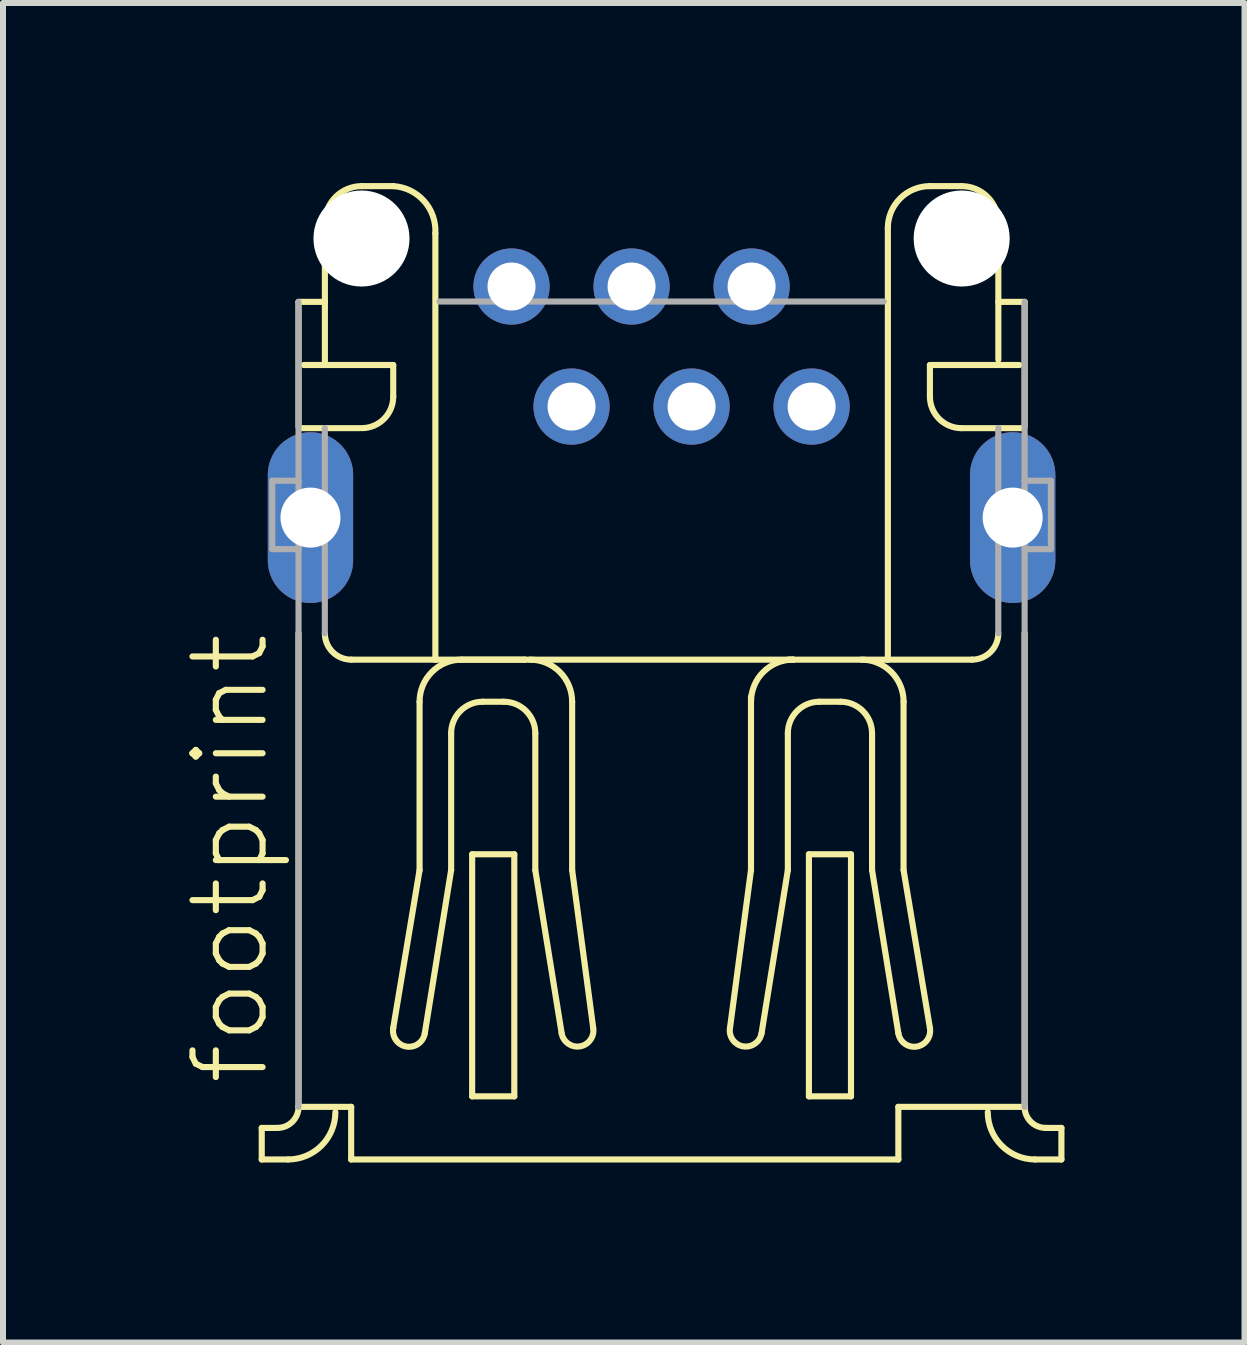
<source format=kicad_pcb>
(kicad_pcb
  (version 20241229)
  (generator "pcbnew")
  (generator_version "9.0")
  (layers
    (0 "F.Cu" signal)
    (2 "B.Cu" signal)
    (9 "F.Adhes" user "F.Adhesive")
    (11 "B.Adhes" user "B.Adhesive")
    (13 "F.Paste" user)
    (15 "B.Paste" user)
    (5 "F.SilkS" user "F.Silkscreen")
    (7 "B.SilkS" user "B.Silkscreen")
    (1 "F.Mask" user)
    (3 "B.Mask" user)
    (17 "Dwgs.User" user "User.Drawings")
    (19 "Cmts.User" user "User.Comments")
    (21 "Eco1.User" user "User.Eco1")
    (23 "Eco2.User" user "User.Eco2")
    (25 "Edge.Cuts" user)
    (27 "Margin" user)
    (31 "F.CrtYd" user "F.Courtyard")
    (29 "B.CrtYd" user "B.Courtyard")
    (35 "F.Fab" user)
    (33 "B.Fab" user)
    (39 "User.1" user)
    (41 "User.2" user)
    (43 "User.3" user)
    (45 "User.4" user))
  (footprint "footprint"
    (layer "F.Cu")
    (at 7.973 5.574)
    (property "Reference" "footprint" (at -6.5 9.5 90) (layer "F.SilkS") (effects (font (size 1.168 1.168) (thickness 0.102)) (justify left bottom)))
    (fp_line (start -6.662 10.169) (end -6.399 10.169) (stroke (width 0.102) (type solid)) (layer "F.SilkS"))
    (fp_line (start -6.662 10.695) (end -6.662 10.169) (stroke (width 0.102) (type solid)) (layer "F.SilkS"))
    (fp_line (start -6.662 10.695) (end -6.224 10.695) (stroke (width 0.102) (type solid)) (layer "F.SilkS"))
    (fp_line (start -6.049 -3.594) (end -5.61 -3.594) (stroke (width 0.102) (type solid)) (layer "F.SilkS"))
    (fp_line (start -6.049 -1.514) (end -6.049 -3.594) (stroke (width 0.102) (type solid)) (layer "F.SilkS"))
    (fp_line (start -6.049 9.818) (end -6.049 1.926) (stroke (width 0.102) (type solid)) (layer "F.SilkS"))
    (fp_line (start -6.011 -1.49) (end -5.034 -1.49) (stroke (width 0.102) (type solid)) (layer "F.SilkS"))
    (fp_line (start -5.61 -3.594) (end -5.61 -4.909) (stroke (width 0.102) (type solid)) (layer "F.SilkS"))
    (fp_line (start -5.61 -3.594) (end -5.61 -2.542) (stroke (width 0.102) (type solid)) (layer "F.SilkS"))
    (fp_line (start -5.172 9.818) (end -6.049 9.818) (stroke (width 0.102) (type solid)) (layer "F.SilkS"))
    (fp_line (start -5.172 9.818) (end -5.172 10.695) (stroke (width 0.102) (type solid)) (layer "F.SilkS"))
    (fp_line (start -5.172 10.695) (end 3.945 10.695) (stroke (width 0.102) (type solid)) (layer "F.SilkS"))
    (fp_line (start -4.997 -5.523) (end -4.471 -5.523) (stroke (width 0.102) (type solid)) (layer "F.SilkS"))
    (fp_line (start -4.471 -2.542) (end -5.961 -2.542) (stroke (width 0.102) (type solid)) (layer "F.SilkS"))
    (fp_line (start -4.471 -2.016) (end -4.471 -2.542) (stroke (width 0.102) (type solid)) (layer "F.SilkS"))
    (fp_line (start -4.471 8.503) (end -4.032 5.873) (stroke (width 0.102) (type solid)) (layer "F.SilkS"))
    (fp_line (start -4.032 5.873) (end -4.032 3.068) (stroke (width 0.102) (type solid)) (layer "F.SilkS"))
    (fp_line (start -3.769 -4.734) (end -3.769 2.367) (stroke (width 0.102) (type solid)) (layer "F.SilkS"))
    (fp_line (start -3.769 2.367) (end -5.172 2.367) (stroke (width 0.102) (type solid)) (layer "F.SilkS"))
    (fp_line (start -3.769 2.367) (end -2.279 2.367) (stroke (width 0.102) (type solid)) (layer "F.SilkS"))
    (fp_line (start -3.506 5.873) (end -3.945 8.591) (stroke (width 0.102) (type solid)) (layer "F.SilkS"))
    (fp_line (start -3.506 5.873) (end -3.506 3.594) (stroke (width 0.102) (type solid)) (layer "F.SilkS"))
    (fp_line (start -3.331 2.367) (end -2.279 2.367) (stroke (width 0.102) (type solid)) (layer "F.SilkS"))
    (fp_line (start -3.156 5.61) (end -3.156 9.643) (stroke (width 0.102) (type solid)) (layer "F.SilkS"))
    (fp_line (start -3.156 9.643) (end -2.454 9.643) (stroke (width 0.102) (type solid)) (layer "F.SilkS"))
    (fp_line (start -2.98 3.068) (end -2.63 3.068) (stroke (width 0.102) (type solid)) (layer "F.SilkS"))
    (fp_line (start -2.454 5.61) (end -3.156 5.61) (stroke (width 0.102) (type solid)) (layer "F.SilkS"))
    (fp_line (start -2.454 9.643) (end -2.454 5.61) (stroke (width 0.102) (type solid)) (layer "F.SilkS"))
    (fp_line (start -2.279 2.367) (end 2.192 2.367) (stroke (width 0.102) (type solid)) (layer "F.SilkS"))
    (fp_line (start -2.104 5.873) (end -2.104 3.594) (stroke (width 0.102) (type solid)) (layer "F.SilkS"))
    (fp_line (start -2.104 5.873) (end -1.665 8.591) (stroke (width 0.102) (type solid)) (layer "F.SilkS"))
    (fp_line (start -1.49 5.873) (end -1.49 3.068) (stroke (width 0.102) (type solid)) (layer "F.SilkS"))
    (fp_line (start -1.139 8.503) (end -1.49 5.873) (stroke (width 0.102) (type solid)) (layer "F.SilkS"))
    (fp_line (start 1.14 8.503) (end 1.49 5.873) (stroke (width 0.102) (type solid)) (layer "F.SilkS"))
    (fp_line (start 1.49 5.873) (end 1.49 2.981) (stroke (width 0.102) (type solid)) (layer "F.SilkS"))
    (fp_line (start 2.104 5.873) (end 1.666 8.591) (stroke (width 0.102) (type solid)) (layer "F.SilkS"))
    (fp_line (start 2.104 5.873) (end 2.104 3.594) (stroke (width 0.102) (type solid)) (layer "F.SilkS"))
    (fp_line (start 2.104 2.367) (end 2.192 2.367) (stroke (width 0.102) (type solid)) (layer "F.SilkS"))
    (fp_line (start 2.192 2.367) (end 3.77 2.367) (stroke (width 0.102) (type solid)) (layer "F.SilkS"))
    (fp_line (start 2.455 9.643) (end 2.455 5.61) (stroke (width 0.102) (type solid)) (layer "F.SilkS"))
    (fp_line (start 2.455 9.643) (end 3.156 9.643) (stroke (width 0.102) (type solid)) (layer "F.SilkS"))
    (fp_line (start 2.981 3.068) (end 2.63 3.068) (stroke (width 0.102) (type solid)) (layer "F.SilkS"))
    (fp_line (start 3.156 5.61) (end 3.156 9.643) (stroke (width 0.102) (type solid)) (layer "F.SilkS"))
    (fp_line (start 3.156 5.61) (end 2.455 5.61) (stroke (width 0.102) (type solid)) (layer "F.SilkS"))
    (fp_line (start 3.507 5.873) (end 3.507 3.594) (stroke (width 0.102) (type solid)) (layer "F.SilkS"))
    (fp_line (start 3.507 5.873) (end 3.945 8.591) (stroke (width 0.102) (type solid)) (layer "F.SilkS"))
    (fp_line (start 3.77 -4.822) (end 3.77 2.367) (stroke (width 0.102) (type solid)) (layer "F.SilkS"))
    (fp_line (start 3.77 2.367) (end 5.172 2.367) (stroke (width 0.102) (type solid)) (layer "F.SilkS"))
    (fp_line (start 3.945 9.818) (end 6.049 9.818) (stroke (width 0.102) (type solid)) (layer "F.SilkS"))
    (fp_line (start 3.945 10.695) (end 3.945 9.818) (stroke (width 0.102) (type solid)) (layer "F.SilkS"))
    (fp_line (start 4.032 5.873) (end 4.032 3.068) (stroke (width 0.102) (type solid)) (layer "F.SilkS"))
    (fp_line (start 4.471 8.503) (end 4.032 5.873) (stroke (width 0.102) (type solid)) (layer "F.SilkS"))
    (fp_line (start 4.471 -2.542) (end 5.961 -2.542) (stroke (width 0.102) (type solid)) (layer "F.SilkS"))
    (fp_line (start 4.471 -2.016) (end 4.471 -2.542) (stroke (width 0.102) (type solid)) (layer "F.SilkS"))
    (fp_line (start 4.997 -5.523) (end 4.471 -5.523) (stroke (width 0.102) (type solid)) (layer "F.SilkS"))
    (fp_line (start 5.611 -2.63) (end 5.611 -4.909) (stroke (width 0.102) (type solid)) (layer "F.SilkS"))
    (fp_line (start 6.011 -1.49) (end 4.997 -1.49) (stroke (width 0.102) (type solid)) (layer "F.SilkS"))
    (fp_line (start 6.049 -3.594) (end 5.611 -3.594) (stroke (width 0.102) (type solid)) (layer "F.SilkS"))
    (fp_line (start 6.049 -3.594) (end 6.049 -1.514) (stroke (width 0.102) (type solid)) (layer "F.SilkS"))
    (fp_line (start 6.049 1.926) (end 6.049 9.818) (stroke (width 0.102) (type solid)) (layer "F.SilkS"))
    (fp_line (start 6.224 10.695) (end 6.662 10.695) (stroke (width 0.102) (type solid)) (layer "F.SilkS"))
    (fp_line (start 6.662 10.169) (end 6.399 10.169) (stroke (width 0.102) (type solid)) (layer "F.SilkS"))
    (fp_line (start 6.662 10.695) (end 6.662 10.169) (stroke (width 0.102) (type solid)) (layer "F.SilkS"))
    (fp_arc (start -6.0486 9.8181) (mid -6.151288 10.066012) (end -6.3992 10.1687) (stroke (width 0.1016) (type solid)) (layer "F.SilkS"))
    (fp_arc (start -5.6103 -4.9091) (mid -5.430522 -5.343022) (end -4.9966 -5.5228) (stroke (width 0.1016) (type solid)) (layer "F.SilkS"))
    (fp_arc (start -5.4349 9.9057) (mid -5.665993 10.463607) (end -6.2239 10.6947) (stroke (width 0.1016) (type solid)) (layer "F.SilkS"))
    (fp_arc (start -5.1719 2.3668) (mid -5.481896 2.238396) (end -5.6103 1.9284) (stroke (width 0.1016) (type solid)) (layer "F.SilkS"))
    (fp_arc (start -4.4707 -5.5228) (mid -3.956663 -5.273594) (end -3.7694 -4.7339) (stroke (width 0.1016) (type solid)) (layer "F.SilkS"))
    (fp_arc (start -4.4707 -2.0162) (mid -4.624733 -1.644333) (end -4.9966 -1.4903) (stroke (width 0.1016) (type solid)) (layer "F.SilkS"))
    (fp_arc (start -4.0323 3.0681) (mid -3.826894 2.572206) (end -3.331 2.3668) (stroke (width 0.1016) (type solid)) (layer "F.SilkS"))
    (fp_arc (start -3.9447 8.5908) (mid -4.25165 8.811151) (end -4.470598 8.503198) (stroke (width 0.1016) (type solid)) (layer "F.SilkS"))
    (fp_arc (start -3.5064 3.5941) (mid -3.352338 3.222162) (end -2.9804 3.0681) (stroke (width 0.1016) (type solid)) (layer "F.SilkS"))
    (fp_arc (start -2.6298 3.0681) (mid -2.257862 3.222162) (end -2.1038 3.5941) (stroke (width 0.1016) (type solid)) (layer "F.SilkS"))
    (fp_arc (start -2.1915 2.3669) (mid -1.695606 2.572306) (end -1.4902 3.0682) (stroke (width 0.1016) (type solid)) (layer "F.SilkS"))
    (fp_arc (start -1.1395 8.5032) (mid -1.3585 8.811203) (end -1.6655 8.5908) (stroke (width 0.1016) (type solid)) (layer "F.SilkS"))
    (fp_arc (start 1.4903 3.0681) (mid 1.695706 2.572206) (end 2.1916 2.3668) (stroke (width 0.1016) (type solid)) (layer "F.SilkS"))
    (fp_arc (start 1.6657 8.5908) (mid 1.3587 8.811203) (end 1.1397 8.5032) (stroke (width 0.1016) (type solid)) (layer "F.SilkS"))
    (fp_arc (start 2.104 3.5941) (mid 2.258033 3.222233) (end 2.6299 3.0682) (stroke (width 0.1016) (type solid)) (layer "F.SilkS"))
    (fp_arc (start 2.9806 3.0681) (mid 3.352538 3.222162) (end 3.5066 3.5941) (stroke (width 0.1016) (type solid)) (layer "F.SilkS"))
    (fp_arc (start 3.3312 2.3668) (mid 3.827094 2.572206) (end 4.0325 3.0681) (stroke (width 0.1016) (type solid)) (layer "F.SilkS"))
    (fp_arc (start 3.769599 -4.821499) (mid 3.974947 -5.317452) (end 4.4709 -5.5228) (stroke (width 0.1016) (type solid)) (layer "F.SilkS"))
    (fp_arc (start 4.470798 8.503198) (mid 4.25185 8.811151) (end 3.9449 8.5908) (stroke (width 0.1016) (type solid)) (layer "F.SilkS"))
    (fp_arc (start 4.996798 -5.5228) (mid 5.43078 -5.343081) (end 5.6105 -4.9091) (stroke (width 0.1016) (type solid)) (layer "F.SilkS"))
    (fp_arc (start 4.9968 -1.4903) (mid 4.624933 -1.644333) (end 4.4709 -2.0162) (stroke (width 0.1016) (type solid)) (layer "F.SilkS"))
    (fp_arc (start 5.6105 1.9285) (mid 5.482125 2.238425) (end 5.1722 2.3668) (stroke (width 0.1016) (type solid)) (layer "F.SilkS"))
    (fp_arc (start 6.2241 10.6947) (mid 5.666193 10.463607) (end 5.4351 9.9057) (stroke (width 0.1016) (type solid)) (layer "F.SilkS"))
    (fp_arc (start 6.3994 10.1687) (mid 6.151488 10.066012) (end 6.0488 9.8181) (stroke (width 0.1016) (type solid)) (layer "F.SilkS"))
    (fp_line (start -6.487 -0.614) (end -6.049 -0.614) (stroke (width 0.102) (type solid)) (layer "F.Fab"))
    (fp_line (start -6.487 0.526) (end -6.487 -0.614) (stroke (width 0.102) (type solid)) (layer "F.Fab"))
    (fp_line (start -6.049 -3.594) (end -6.049 -0.614) (stroke (width 0.102) (type solid)) (layer "F.Fab"))
    (fp_line (start -6.049 -0.614) (end -6.049 0.526) (stroke (width 0.102) (type solid)) (layer "F.Fab"))
    (fp_line (start -6.049 0.526) (end -6.487 0.526) (stroke (width 0.102) (type solid)) (layer "F.Fab"))
    (fp_line (start -6.049 0.526) (end -6.049 9.818) (stroke (width 0.102) (type solid)) (layer "F.Fab"))
    (fp_line (start -5.611 1.929) (end -5.611 -1.49) (stroke (width 0.102) (type solid)) (layer "F.Fab"))
    (fp_line (start 3.7 -3.6) (end -3.7 -3.6) (stroke (width 0.102) (type solid)) (layer "F.Fab"))
    (fp_line (start 5.61 1.928) (end 5.61 -1.49) (stroke (width 0.102) (type solid)) (layer "F.Fab"))
    (fp_line (start 6.049 -0.614) (end 6.049 -3.594) (stroke (width 0.102) (type solid)) (layer "F.Fab"))
    (fp_line (start 6.049 0.526) (end 6.049 -0.614) (stroke (width 0.102) (type solid)) (layer "F.Fab"))
    (fp_line (start 6.049 9.818) (end 6.049 0.526) (stroke (width 0.102) (type solid)) (layer "F.Fab"))
    (fp_line (start 6.487 -0.614) (end 6.049 -0.614) (stroke (width 0.102) (type solid)) (layer "F.Fab"))
    (fp_line (start 6.487 0.526) (end 6.049 0.526) (stroke (width 0.102) (type solid)) (layer "F.Fab"))
    (fp_line (start 6.487 0.526) (end 6.487 -0.614) (stroke (width 0.102) (type solid)) (layer "F.Fab"))
    (pad "" np_thru_hole circle (at -5 -4.65) (size 1.6 1.6) (drill 1.6) (layers "*.Cu" "*.Mask"))
    (pad "" np_thru_hole circle (at 5 -4.65) (size 1.6 1.6) (drill 1.6) (layers "*.Cu" "*.Mask"))
    (pad "1" thru_hole circle (at -2.5 -3.85) (size 1.27 1.27) (drill 0.8) (layers "*.Cu" "*.Mask"))
    (pad "2" thru_hole circle (at -1.5 -1.85) (size 1.27 1.27) (drill 0.8) (layers "*.Cu" "*.Mask"))
    (pad "3" thru_hole circle (at -0.5 -3.85) (size 1.27 1.27) (drill 0.8) (layers "*.Cu" "*.Mask"))
    (pad "4" thru_hole circle (at 0.5 -1.85) (size 1.27 1.27) (drill 0.8) (layers "*.Cu" "*.Mask"))
    (pad "5" thru_hole circle (at 1.5 -3.85) (size 1.27 1.27) (drill 0.8) (layers "*.Cu" "*.Mask"))
    (pad "6" thru_hole circle (at 2.5 -1.85) (size 1.27 1.27) (drill 0.8) (layers "*.Cu" "*.Mask"))
    (pad "M1" thru_hole oval (at -5.85 0 90) (size 2.845 1.422) (drill 1) (layers "*.Cu" "*.Mask"))
    (pad "M2" thru_hole oval (at 5.85 0 90) (size 2.845 1.422) (drill 1) (layers "*.Cu" "*.Mask")))
  (gr_rect
    (start -3 -3)
    (end 17.686 19.319)
    (stroke (width 0.1) (type default))
    (fill no)
    (layer "Edge.Cuts")))
</source>
